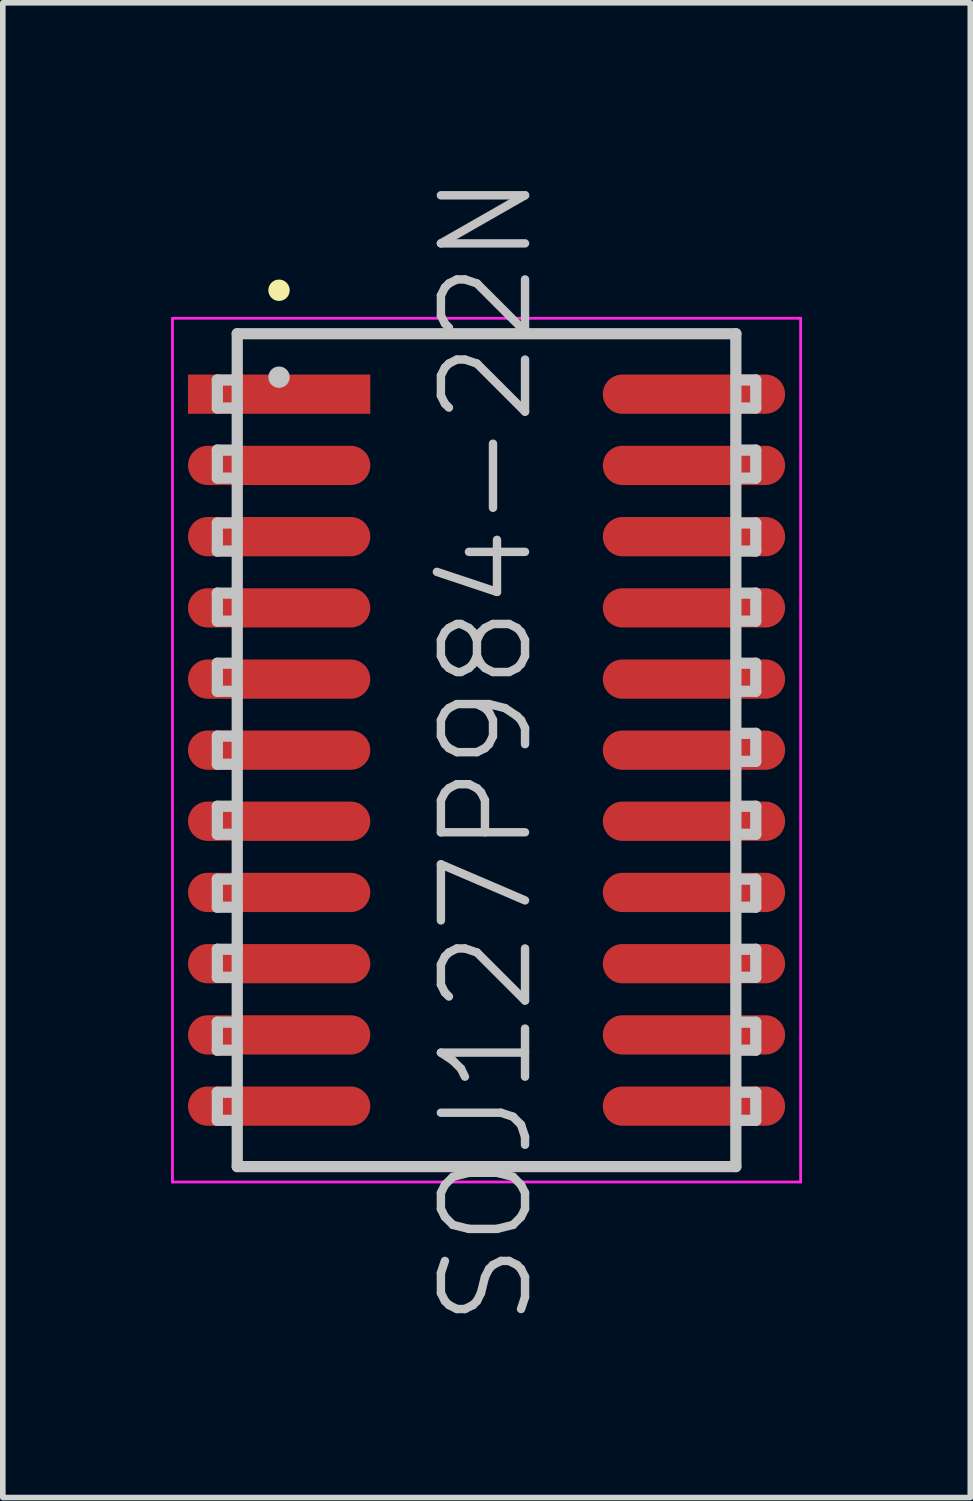
<source format=kicad_pcb>
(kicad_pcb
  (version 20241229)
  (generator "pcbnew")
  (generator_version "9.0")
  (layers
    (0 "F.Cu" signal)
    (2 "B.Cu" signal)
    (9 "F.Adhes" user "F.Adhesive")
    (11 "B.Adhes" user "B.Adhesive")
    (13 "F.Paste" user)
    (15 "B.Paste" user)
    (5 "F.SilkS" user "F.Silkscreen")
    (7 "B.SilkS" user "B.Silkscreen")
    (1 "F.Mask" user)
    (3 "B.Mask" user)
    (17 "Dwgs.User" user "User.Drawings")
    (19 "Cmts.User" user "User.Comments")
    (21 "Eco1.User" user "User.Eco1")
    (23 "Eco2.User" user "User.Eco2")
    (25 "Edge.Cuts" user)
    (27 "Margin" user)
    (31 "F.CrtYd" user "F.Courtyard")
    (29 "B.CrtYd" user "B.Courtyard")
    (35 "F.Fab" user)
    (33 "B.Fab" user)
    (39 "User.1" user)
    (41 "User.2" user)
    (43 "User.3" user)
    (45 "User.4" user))
  (footprint "SOJ127P984-22N"
    (layer "F.Cu")
    (at 5.625 10.325)
    (property "Reference" "SOJ127P984-22N" (at 0 0 90) (layer "Dwgs.User") (effects (font (size 1.5 1.5) (thickness 0.15))))
    (attr smd)
    (fp_line (start -3.7 -8.2) (end -3.7 -8.2) (stroke (width 0.381) (type solid)) (layer "F.SilkS"))
    (fp_line (start -4.8 -6.6) (end -4.8 -6.1) (stroke (width 0.2) (type solid)) (layer "Dwgs.User"))
    (fp_line (start -4.8 -6.1) (end -4.45 -6.1) (stroke (width 0.2) (type solid)) (layer "Dwgs.User"))
    (fp_line (start -4.8 -5.35) (end -4.8 -4.85) (stroke (width 0.2) (type solid)) (layer "Dwgs.User"))
    (fp_line (start -4.8 -4.85) (end -4.45 -4.85) (stroke (width 0.2) (type solid)) (layer "Dwgs.User"))
    (fp_line (start -4.8 -4.05) (end -4.8 -3.55) (stroke (width 0.2) (type solid)) (layer "Dwgs.User"))
    (fp_line (start -4.8 -3.55) (end -4.45 -3.55) (stroke (width 0.2) (type solid)) (layer "Dwgs.User"))
    (fp_line (start -4.8 -2.8) (end -4.8 -2.3) (stroke (width 0.2) (type solid)) (layer "Dwgs.User"))
    (fp_line (start -4.8 -2.3) (end -4.45 -2.3) (stroke (width 0.2) (type solid)) (layer "Dwgs.User"))
    (fp_line (start -4.8 -1.55) (end -4.8 -1.05) (stroke (width 0.2) (type solid)) (layer "Dwgs.User"))
    (fp_line (start -4.8 -1.05) (end -4.45 -1.05) (stroke (width 0.2) (type solid)) (layer "Dwgs.User"))
    (fp_line (start -4.8 -0.25) (end -4.8 0.25) (stroke (width 0.2) (type solid)) (layer "Dwgs.User"))
    (fp_line (start -4.8 0.25) (end -4.45 0.25) (stroke (width 0.2) (type solid)) (layer "Dwgs.User"))
    (fp_line (start -4.8 1) (end -4.8 1.5) (stroke (width 0.2) (type solid)) (layer "Dwgs.User"))
    (fp_line (start -4.8 1.5) (end -4.45 1.5) (stroke (width 0.2) (type solid)) (layer "Dwgs.User"))
    (fp_line (start -4.8 2.3) (end -4.8 2.8) (stroke (width 0.2) (type solid)) (layer "Dwgs.User"))
    (fp_line (start -4.8 2.8) (end -4.45 2.8) (stroke (width 0.2) (type solid)) (layer "Dwgs.User"))
    (fp_line (start -4.8 3.55) (end -4.8 4.05) (stroke (width 0.2) (type solid)) (layer "Dwgs.User"))
    (fp_line (start -4.8 4.05) (end -4.45 4.05) (stroke (width 0.2) (type solid)) (layer "Dwgs.User"))
    (fp_line (start -4.8 4.85) (end -4.8 5.35) (stroke (width 0.2) (type solid)) (layer "Dwgs.User"))
    (fp_line (start -4.8 5.35) (end -4.45 5.35) (stroke (width 0.2) (type solid)) (layer "Dwgs.User"))
    (fp_line (start -4.8 6.1) (end -4.8 6.6) (stroke (width 0.2) (type solid)) (layer "Dwgs.User"))
    (fp_line (start -4.8 6.6) (end -4.45 6.6) (stroke (width 0.2) (type solid)) (layer "Dwgs.User"))
    (fp_line (start -4.45 -6.6) (end -4.8 -6.6) (stroke (width 0.2) (type solid)) (layer "Dwgs.User"))
    (fp_line (start -4.45 -5.35) (end -4.8 -5.35) (stroke (width 0.2) (type solid)) (layer "Dwgs.User"))
    (fp_line (start -4.45 -4.05) (end -4.8 -4.05) (stroke (width 0.2) (type solid)) (layer "Dwgs.User"))
    (fp_line (start -4.45 -2.8) (end -4.8 -2.8) (stroke (width 0.2) (type solid)) (layer "Dwgs.User"))
    (fp_line (start -4.45 -1.55) (end -4.8 -1.55) (stroke (width 0.2) (type solid)) (layer "Dwgs.User"))
    (fp_line (start -4.45 -0.25) (end -4.8 -0.25) (stroke (width 0.2) (type solid)) (layer "Dwgs.User"))
    (fp_line (start -4.45 1) (end -4.8 1) (stroke (width 0.2) (type solid)) (layer "Dwgs.User"))
    (fp_line (start -4.45 2.3) (end -4.8 2.3) (stroke (width 0.2) (type solid)) (layer "Dwgs.User"))
    (fp_line (start -4.45 3.55) (end -4.8 3.55) (stroke (width 0.2) (type solid)) (layer "Dwgs.User"))
    (fp_line (start -4.45 4.85) (end -4.8 4.85) (stroke (width 0.2) (type solid)) (layer "Dwgs.User"))
    (fp_line (start -4.45 6.1) (end -4.8 6.1) (stroke (width 0.2) (type solid)) (layer "Dwgs.User"))
    (fp_line (start -4.445 -7.425) (end -4.445 7.425) (stroke (width 0.2) (type solid)) (layer "Dwgs.User"))
    (fp_line (start -4.445 -7.425) (end 4.445 -7.425) (stroke (width 0.2) (type solid)) (layer "Dwgs.User"))
    (fp_line (start -4.445 7.425) (end 4.445 7.425) (stroke (width 0.2) (type solid)) (layer "Dwgs.User"))
    (fp_line (start -3.7 -6.65) (end -3.7 -6.65) (stroke (width 0.381) (type solid)) (layer "Dwgs.User"))
    (fp_line (start 4.445 -7.425) (end 4.445 7.425) (stroke (width 0.2) (type solid)) (layer "Dwgs.User"))
    (fp_line (start 4.45 -6.6) (end 4.8 -6.6) (stroke (width 0.2) (type solid)) (layer "Dwgs.User"))
    (fp_line (start 4.45 -5.35) (end 4.8 -5.35) (stroke (width 0.2) (type solid)) (layer "Dwgs.User"))
    (fp_line (start 4.45 -4.05) (end 4.8 -4.05) (stroke (width 0.2) (type solid)) (layer "Dwgs.User"))
    (fp_line (start 4.45 -2.8) (end 4.8 -2.8) (stroke (width 0.2) (type solid)) (layer "Dwgs.User"))
    (fp_line (start 4.45 -1.55) (end 4.8 -1.55) (stroke (width 0.2) (type solid)) (layer "Dwgs.User"))
    (fp_line (start 4.45 -0.3) (end 4.8 -0.3) (stroke (width 0.2) (type solid)) (layer "Dwgs.User"))
    (fp_line (start 4.45 1) (end 4.8 1) (stroke (width 0.2) (type solid)) (layer "Dwgs.User"))
    (fp_line (start 4.45 2.3) (end 4.8 2.3) (stroke (width 0.2) (type solid)) (layer "Dwgs.User"))
    (fp_line (start 4.45 3.55) (end 4.8 3.55) (stroke (width 0.2) (type solid)) (layer "Dwgs.User"))
    (fp_line (start 4.45 4.85) (end 4.8 4.85) (stroke (width 0.2) (type solid)) (layer "Dwgs.User"))
    (fp_line (start 4.45 6.1) (end 4.8 6.1) (stroke (width 0.2) (type solid)) (layer "Dwgs.User"))
    (fp_line (start 4.8 -6.6) (end 4.8 -6.1) (stroke (width 0.2) (type solid)) (layer "Dwgs.User"))
    (fp_line (start 4.8 -6.1) (end 4.45 -6.1) (stroke (width 0.2) (type solid)) (layer "Dwgs.User"))
    (fp_line (start 4.8 -5.35) (end 4.8 -4.85) (stroke (width 0.2) (type solid)) (layer "Dwgs.User"))
    (fp_line (start 4.8 -4.85) (end 4.45 -4.85) (stroke (width 0.2) (type solid)) (layer "Dwgs.User"))
    (fp_line (start 4.8 -4.05) (end 4.8 -3.55) (stroke (width 0.2) (type solid)) (layer "Dwgs.User"))
    (fp_line (start 4.8 -3.55) (end 4.45 -3.55) (stroke (width 0.2) (type solid)) (layer "Dwgs.User"))
    (fp_line (start 4.8 -2.8) (end 4.8 -2.3) (stroke (width 0.2) (type solid)) (layer "Dwgs.User"))
    (fp_line (start 4.8 -2.3) (end 4.45 -2.3) (stroke (width 0.2) (type solid)) (layer "Dwgs.User"))
    (fp_line (start 4.8 -1.55) (end 4.8 -1.05) (stroke (width 0.2) (type solid)) (layer "Dwgs.User"))
    (fp_line (start 4.8 -1.05) (end 4.45 -1.05) (stroke (width 0.2) (type solid)) (layer "Dwgs.User"))
    (fp_line (start 4.8 -0.3) (end 4.8 0.2) (stroke (width 0.2) (type solid)) (layer "Dwgs.User"))
    (fp_line (start 4.8 0.2) (end 4.45 0.2) (stroke (width 0.2) (type solid)) (layer "Dwgs.User"))
    (fp_line (start 4.8 1) (end 4.8 1.5) (stroke (width 0.2) (type solid)) (layer "Dwgs.User"))
    (fp_line (start 4.8 1.5) (end 4.45 1.5) (stroke (width 0.2) (type solid)) (layer "Dwgs.User"))
    (fp_line (start 4.8 2.3) (end 4.8 2.8) (stroke (width 0.2) (type solid)) (layer "Dwgs.User"))
    (fp_line (start 4.8 2.8) (end 4.45 2.8) (stroke (width 0.2) (type solid)) (layer "Dwgs.User"))
    (fp_line (start 4.8 3.55) (end 4.8 4.05) (stroke (width 0.2) (type solid)) (layer "Dwgs.User"))
    (fp_line (start 4.8 4.05) (end 4.45 4.05) (stroke (width 0.2) (type solid)) (layer "Dwgs.User"))
    (fp_line (start 4.8 4.85) (end 4.8 5.35) (stroke (width 0.2) (type solid)) (layer "Dwgs.User"))
    (fp_line (start 4.8 5.35) (end 4.45 5.35) (stroke (width 0.2) (type solid)) (layer "Dwgs.User"))
    (fp_line (start 4.8 6.1) (end 4.8 6.6) (stroke (width 0.2) (type solid)) (layer "Dwgs.User"))
    (fp_line (start 4.8 6.6) (end 4.45 6.6) (stroke (width 0.2) (type solid)) (layer "Dwgs.User"))
    (fp_line (start -5.6 -7.7) (end -5.6 7.7) (stroke (width 0.05) (type solid)) (layer "F.CrtYd"))
    (fp_line (start -5.6 -7.7) (end 5.6 -7.7) (stroke (width 0.05) (type solid)) (layer "F.CrtYd"))
    (fp_line (start -5.6 7.7) (end 5.6 7.7) (stroke (width 0.05) (type solid)) (layer "F.CrtYd"))
    (fp_line (start 5.6 -7.7) (end 5.6 7.7) (stroke (width 0.05) (type solid)) (layer "F.CrtYd"))
    (pad "1" smd rect (at -3.698 -6.347 90) (size 0.7 3.25) (layers "F.Cu" "F.Mask" "F.Paste"))
    (pad "2" smd oval (at -3.698 -5.077 90) (size 0.7 3.25) (layers "F.Cu" "F.Mask" "F.Paste"))
    (pad "3" smd oval (at -3.698 -3.807 90) (size 0.7 3.25) (layers "F.Cu" "F.Mask" "F.Paste"))
    (pad "4" smd oval (at -3.698 -2.537 90) (size 0.7 3.25) (layers "F.Cu" "F.Mask" "F.Paste"))
    (pad "5" smd oval (at -3.698 -1.267 90) (size 0.7 3.25) (layers "F.Cu" "F.Mask" "F.Paste"))
    (pad "6" smd oval (at -3.698 0 90) (size 0.7 3.25) (layers "F.Cu" "F.Mask" "F.Paste"))
    (pad "7" smd oval (at -3.698 1.267 90) (size 0.7 3.25) (layers "F.Cu" "F.Mask" "F.Paste"))
    (pad "8" smd oval (at -3.698 2.537 90) (size 0.7 3.25) (layers "F.Cu" "F.Mask" "F.Paste"))
    (pad "9" smd oval (at -3.698 3.807 90) (size 0.7 3.25) (layers "F.Cu" "F.Mask" "F.Paste"))
    (pad "10" smd oval (at -3.698 5.077 90) (size 0.7 3.25) (layers "F.Cu" "F.Mask" "F.Paste"))
    (pad "11" smd oval (at -3.698 6.347 90) (size 0.7 3.25) (layers "F.Cu" "F.Mask" "F.Paste"))
    (pad "12" smd oval (at 3.698 6.347 270) (size 0.7 3.25) (layers "F.Cu" "F.Mask" "F.Paste"))
    (pad "13" smd oval (at 3.698 5.077 270) (size 0.7 3.25) (layers "F.Cu" "F.Mask" "F.Paste"))
    (pad "14" smd oval (at 3.698 3.807 270) (size 0.7 3.25) (layers "F.Cu" "F.Mask" "F.Paste"))
    (pad "15" smd oval (at 3.698 2.537 270) (size 0.7 3.25) (layers "F.Cu" "F.Mask" "F.Paste"))
    (pad "16" smd oval (at 3.698 1.267 270) (size 0.7 3.25) (layers "F.Cu" "F.Mask" "F.Paste"))
    (pad "17" smd oval (at 3.698 0 270) (size 0.7 3.25) (layers "F.Cu" "F.Mask" "F.Paste"))
    (pad "18" smd oval (at 3.698 -1.267 270) (size 0.7 3.25) (layers "F.Cu" "F.Mask" "F.Paste"))
    (pad "19" smd oval (at 3.698 -2.537 270) (size 0.7 3.25) (layers "F.Cu" "F.Mask" "F.Paste"))
    (pad "20" smd oval (at 3.698 -3.807 270) (size 0.7 3.25) (layers "F.Cu" "F.Mask" "F.Paste"))
    (pad "21" smd oval (at 3.698 -5.077 270) (size 0.7 3.25) (layers "F.Cu" "F.Mask" "F.Paste"))
    (pad "22" smd oval (at 3.698 -6.347 270) (size 0.7 3.25) (layers "F.Cu" "F.Mask" "F.Paste")))
  (gr_rect
    (start -3 -3)
    (end 14.25 23.65)
    (stroke (width 0.1) (type default))
    (fill no)
    (layer "Edge.Cuts")))
</source>
